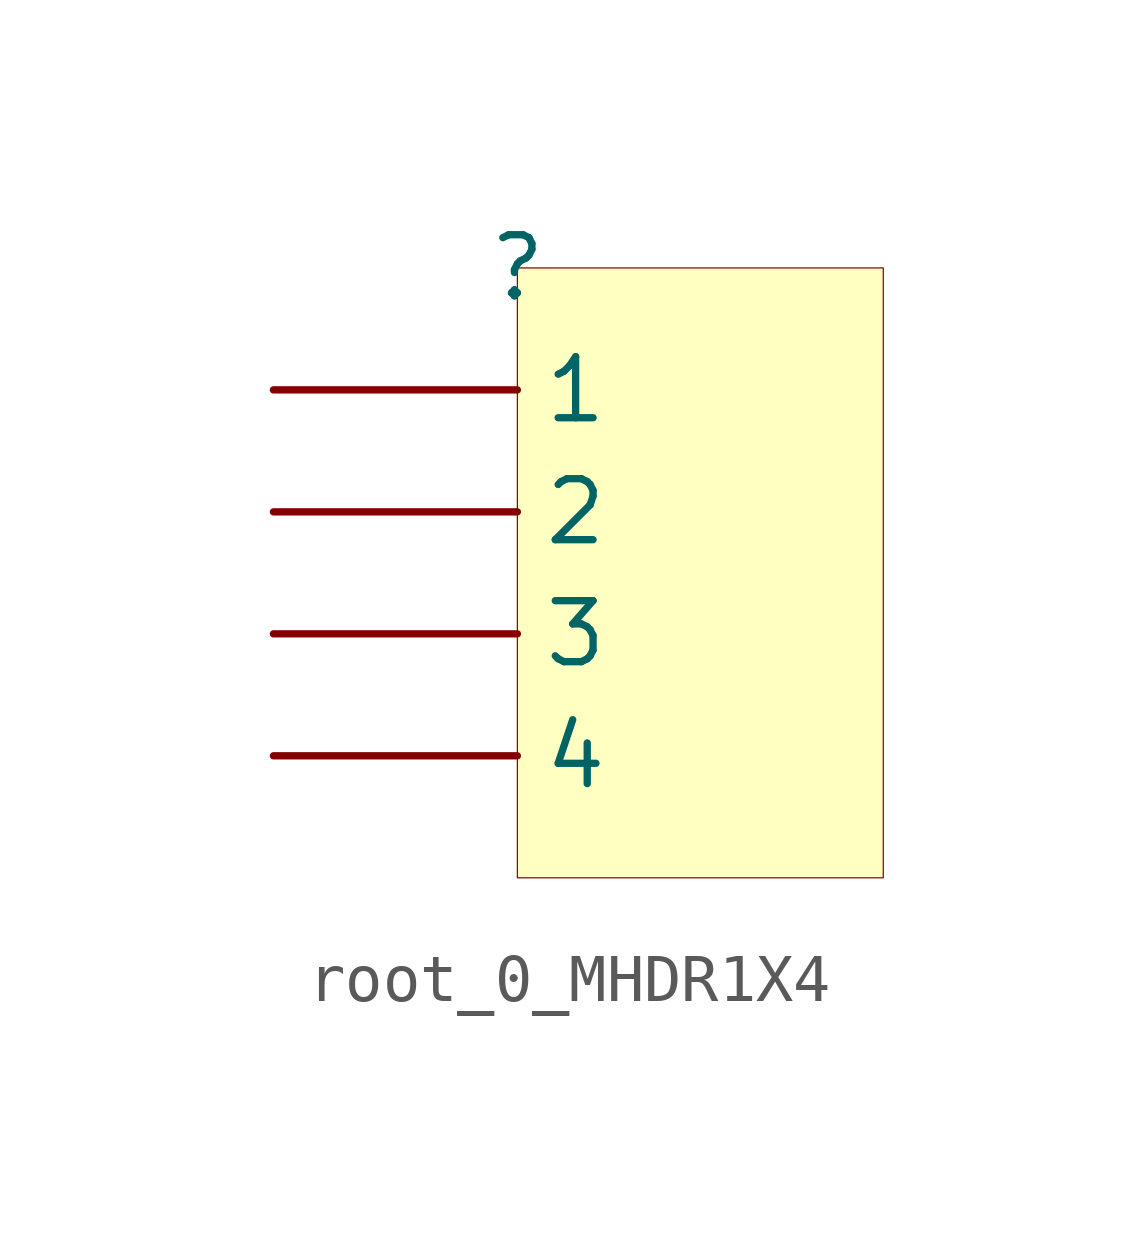
<source format=kicad_sym>
(kicad_symbol_lib
  (version 20231120)
  (generator "kicad_symbol_editor")
  (generator_version "8.0")
  (symbol "root_0_MHDR1X4"
    (property "Reference" ""
      (at 0 0 0)
      (effects (font (size 1.27 1.27))))
    (property "Value" ""
      (at 0 0 0)
      (effects (font (size 1.27 1.27))))
    (symbol "root_0_MHDR1X4_1_0"
      (rectangle (start 7.62 0) (end 0 -12.7) (stroke (width 0.025) (type solid) (color 128 0 0 1)) (fill (type background)))
      (pin passive line (at -5.08 -2.54 0) (length 5.08) (name "1" (effects (font (size 1.27 1.27)))) (number "1" (effects (font (size 0 0)))))
      (pin passive line (at -5.08 -5.08 0) (length 5.08) (name "2" (effects (font (size 1.27 1.27)))) (number "2" (effects (font (size 0 0)))))
      (pin passive line (at -5.08 -7.62 0) (length 5.08) (name "3" (effects (font (size 1.27 1.27)))) (number "3" (effects (font (size 0 0)))))
      (pin passive line (at -5.08 -10.16 0) (length 5.08) (name "4" (effects (font (size 1.27 1.27)))) (number "4" (effects (font (size 0 0))))))))
</source>
